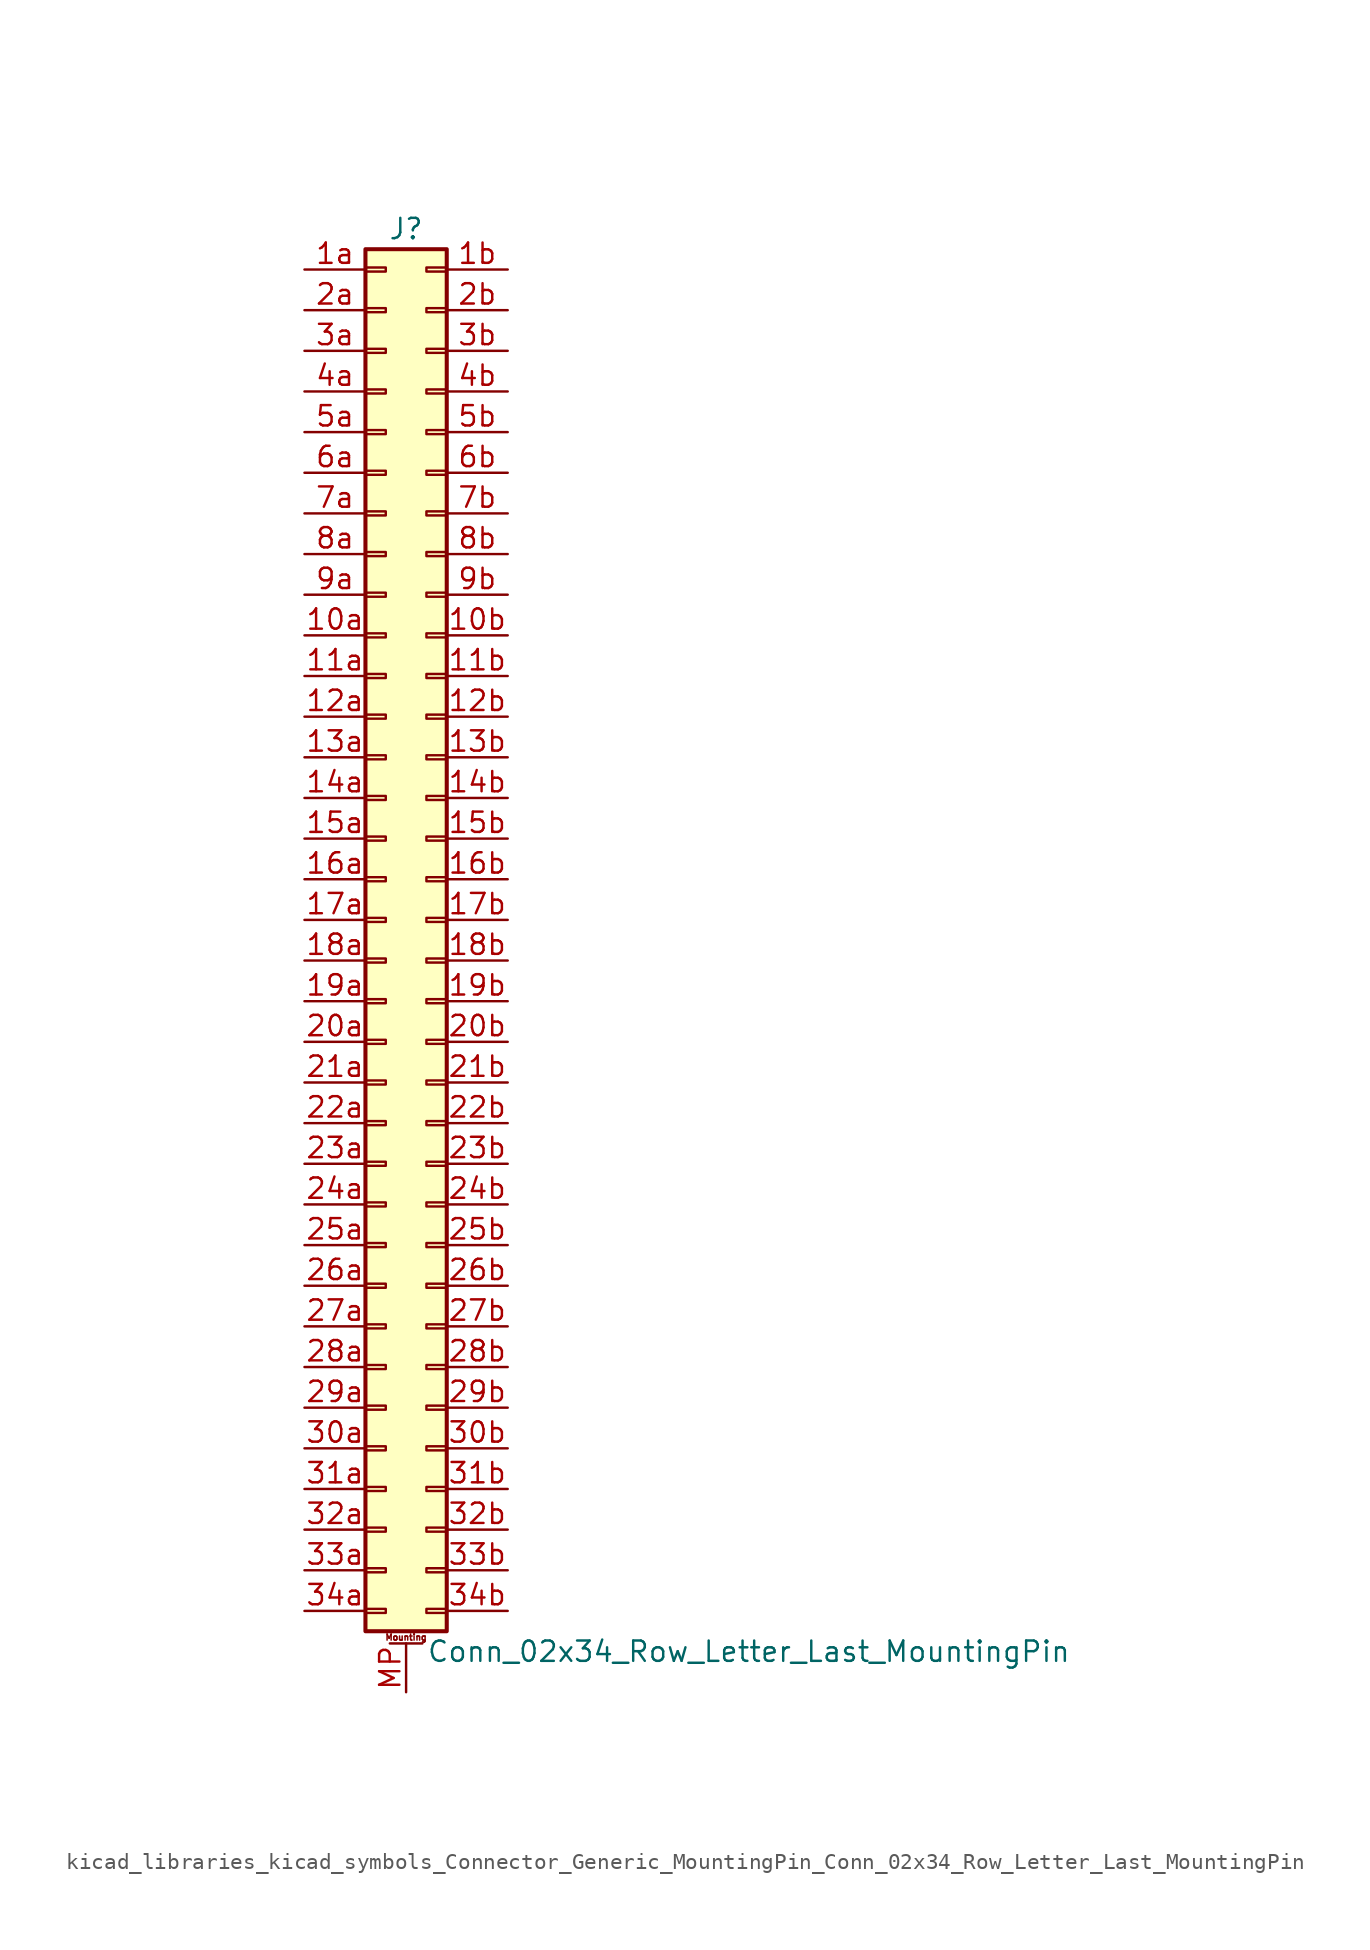
<source format=kicad_sym>
(kicad_symbol_lib
  (version 20220914)
  (generator kicad_symbol_editor)
  (symbol "kicad_libraries_kicad_symbols_Connector_Generic_MountingPin_Conn_02x34_Row_Letter_Last_MountingPin"
    (pin_names
      (offset 1.016) hide)
    (property "Reference" "J"
      (at 1.27 43.18 0)
      (effects (font (size 1.27 1.27))))
    (property "Value" "Conn_02x34_Row_Letter_Last_MountingPin"
      (at 2.54 -45.72 0)
      (effects (font (size 1.27 1.27)) (justify left)))
    (symbol "kicad_libraries_kicad_symbols_Connector_Generic_MountingPin_Conn_02x34_Row_Letter_Last_MountingPin_1_1"
      (rectangle (start -1.27 -43.053) (end 0 -43.307) (stroke (width 0.152) (type default)) (fill (type none)))
      (rectangle (start -1.27 -40.513) (end 0 -40.767) (stroke (width 0.152) (type default)) (fill (type none)))
      (rectangle (start -1.27 -37.973) (end 0 -38.227) (stroke (width 0.152) (type default)) (fill (type none)))
      (rectangle (start -1.27 -35.433) (end 0 -35.687) (stroke (width 0.152) (type default)) (fill (type none)))
      (rectangle (start -1.27 -32.893) (end 0 -33.147) (stroke (width 0.152) (type default)) (fill (type none)))
      (rectangle (start -1.27 -30.353) (end 0 -30.607) (stroke (width 0.152) (type default)) (fill (type none)))
      (rectangle (start -1.27 -27.813) (end 0 -28.067) (stroke (width 0.152) (type default)) (fill (type none)))
      (rectangle (start -1.27 -25.273) (end 0 -25.527) (stroke (width 0.152) (type default)) (fill (type none)))
      (rectangle (start -1.27 -22.733) (end 0 -22.987) (stroke (width 0.152) (type default)) (fill (type none)))
      (rectangle (start -1.27 -20.193) (end 0 -20.447) (stroke (width 0.152) (type default)) (fill (type none)))
      (rectangle (start -1.27 -17.653) (end 0 -17.907) (stroke (width 0.152) (type default)) (fill (type none)))
      (rectangle (start -1.27 -15.113) (end 0 -15.367) (stroke (width 0.152) (type default)) (fill (type none)))
      (rectangle (start -1.27 -12.573) (end 0 -12.827) (stroke (width 0.152) (type default)) (fill (type none)))
      (rectangle (start -1.27 -10.033) (end 0 -10.287) (stroke (width 0.152) (type default)) (fill (type none)))
      (rectangle (start -1.27 -7.493) (end 0 -7.747) (stroke (width 0.152) (type default)) (fill (type none)))
      (rectangle (start -1.27 -4.953) (end 0 -5.207) (stroke (width 0.152) (type default)) (fill (type none)))
      (rectangle (start -1.27 -2.413) (end 0 -2.667) (stroke (width 0.152) (type default)) (fill (type none)))
      (rectangle (start -1.27 0.127) (end 0 -0.127) (stroke (width 0.152) (type default)) (fill (type none)))
      (rectangle (start -1.27 2.667) (end 0 2.413) (stroke (width 0.152) (type default)) (fill (type none)))
      (rectangle (start -1.27 5.207) (end 0 4.953) (stroke (width 0.152) (type default)) (fill (type none)))
      (rectangle (start -1.27 7.747) (end 0 7.493) (stroke (width 0.152) (type default)) (fill (type none)))
      (rectangle (start -1.27 10.287) (end 0 10.033) (stroke (width 0.152) (type default)) (fill (type none)))
      (rectangle (start -1.27 12.827) (end 0 12.573) (stroke (width 0.152) (type default)) (fill (type none)))
      (rectangle (start -1.27 15.367) (end 0 15.113) (stroke (width 0.152) (type default)) (fill (type none)))
      (rectangle (start -1.27 17.907) (end 0 17.653) (stroke (width 0.152) (type default)) (fill (type none)))
      (rectangle (start -1.27 20.447) (end 0 20.193) (stroke (width 0.152) (type default)) (fill (type none)))
      (rectangle (start -1.27 22.987) (end 0 22.733) (stroke (width 0.152) (type default)) (fill (type none)))
      (rectangle (start -1.27 25.527) (end 0 25.273) (stroke (width 0.152) (type default)) (fill (type none)))
      (rectangle (start -1.27 28.067) (end 0 27.813) (stroke (width 0.152) (type default)) (fill (type none)))
      (rectangle (start -1.27 30.607) (end 0 30.353) (stroke (width 0.152) (type default)) (fill (type none)))
      (rectangle (start -1.27 33.147) (end 0 32.893) (stroke (width 0.152) (type default)) (fill (type none)))
      (rectangle (start -1.27 35.687) (end 0 35.433) (stroke (width 0.152) (type default)) (fill (type none)))
      (rectangle (start -1.27 38.227) (end 0 37.973) (stroke (width 0.152) (type default)) (fill (type none)))
      (rectangle (start -1.27 40.767) (end 0 40.513) (stroke (width 0.152) (type default)) (fill (type none)))
      (rectangle (start -1.27 41.91) (end 3.81 -44.45) (stroke (width 0.254) (type default)) (fill (type background)))
      (polyline (pts (xy 0.254 -45.212) (xy 2.286 -45.212)) (stroke (width 0.152) (type default)) (fill (type none)))
      (rectangle (start 3.81 -43.053) (end 2.54 -43.307) (stroke (width 0.152) (type default)) (fill (type none)))
      (rectangle (start 3.81 -40.513) (end 2.54 -40.767) (stroke (width 0.152) (type default)) (fill (type none)))
      (rectangle (start 3.81 -37.973) (end 2.54 -38.227) (stroke (width 0.152) (type default)) (fill (type none)))
      (rectangle (start 3.81 -35.433) (end 2.54 -35.687) (stroke (width 0.152) (type default)) (fill (type none)))
      (rectangle (start 3.81 -32.893) (end 2.54 -33.147) (stroke (width 0.152) (type default)) (fill (type none)))
      (rectangle (start 3.81 -30.353) (end 2.54 -30.607) (stroke (width 0.152) (type default)) (fill (type none)))
      (rectangle (start 3.81 -27.813) (end 2.54 -28.067) (stroke (width 0.152) (type default)) (fill (type none)))
      (rectangle (start 3.81 -25.273) (end 2.54 -25.527) (stroke (width 0.152) (type default)) (fill (type none)))
      (rectangle (start 3.81 -22.733) (end 2.54 -22.987) (stroke (width 0.152) (type default)) (fill (type none)))
      (rectangle (start 3.81 -20.193) (end 2.54 -20.447) (stroke (width 0.152) (type default)) (fill (type none)))
      (rectangle (start 3.81 -17.653) (end 2.54 -17.907) (stroke (width 0.152) (type default)) (fill (type none)))
      (rectangle (start 3.81 -15.113) (end 2.54 -15.367) (stroke (width 0.152) (type default)) (fill (type none)))
      (rectangle (start 3.81 -12.573) (end 2.54 -12.827) (stroke (width 0.152) (type default)) (fill (type none)))
      (rectangle (start 3.81 -10.033) (end 2.54 -10.287) (stroke (width 0.152) (type default)) (fill (type none)))
      (rectangle (start 3.81 -7.493) (end 2.54 -7.747) (stroke (width 0.152) (type default)) (fill (type none)))
      (rectangle (start 3.81 -4.953) (end 2.54 -5.207) (stroke (width 0.152) (type default)) (fill (type none)))
      (rectangle (start 3.81 -2.413) (end 2.54 -2.667) (stroke (width 0.152) (type default)) (fill (type none)))
      (rectangle (start 3.81 0.127) (end 2.54 -0.127) (stroke (width 0.152) (type default)) (fill (type none)))
      (rectangle (start 3.81 2.667) (end 2.54 2.413) (stroke (width 0.152) (type default)) (fill (type none)))
      (rectangle (start 3.81 5.207) (end 2.54 4.953) (stroke (width 0.152) (type default)) (fill (type none)))
      (rectangle (start 3.81 7.747) (end 2.54 7.493) (stroke (width 0.152) (type default)) (fill (type none)))
      (rectangle (start 3.81 10.287) (end 2.54 10.033) (stroke (width 0.152) (type default)) (fill (type none)))
      (rectangle (start 3.81 12.827) (end 2.54 12.573) (stroke (width 0.152) (type default)) (fill (type none)))
      (rectangle (start 3.81 15.367) (end 2.54 15.113) (stroke (width 0.152) (type default)) (fill (type none)))
      (rectangle (start 3.81 17.907) (end 2.54 17.653) (stroke (width 0.152) (type default)) (fill (type none)))
      (rectangle (start 3.81 20.447) (end 2.54 20.193) (stroke (width 0.152) (type default)) (fill (type none)))
      (rectangle (start 3.81 22.987) (end 2.54 22.733) (stroke (width 0.152) (type default)) (fill (type none)))
      (rectangle (start 3.81 25.527) (end 2.54 25.273) (stroke (width 0.152) (type default)) (fill (type none)))
      (rectangle (start 3.81 28.067) (end 2.54 27.813) (stroke (width 0.152) (type default)) (fill (type none)))
      (rectangle (start 3.81 30.607) (end 2.54 30.353) (stroke (width 0.152) (type default)) (fill (type none)))
      (rectangle (start 3.81 33.147) (end 2.54 32.893) (stroke (width 0.152) (type default)) (fill (type none)))
      (rectangle (start 3.81 35.687) (end 2.54 35.433) (stroke (width 0.152) (type default)) (fill (type none)))
      (rectangle (start 3.81 38.227) (end 2.54 37.973) (stroke (width 0.152) (type default)) (fill (type none)))
      (rectangle (start 3.81 40.767) (end 2.54 40.513) (stroke (width 0.152) (type default)) (fill (type none)))
      (text "Mounting" (at 1.27 -44.831 0) (effects (font (size 0.381 0.381))))
      (pin passive line (at -5.08 17.78 0) (length 3.81) (name "Pin_10a" (effects (font (size 1.27 1.27)))) (number "10a" (effects (font (size 1.27 1.27)))))
      (pin passive line (at 7.62 17.78 180) (length 3.81) (name "Pin_10b" (effects (font (size 1.27 1.27)))) (number "10b" (effects (font (size 1.27 1.27)))))
      (pin passive line (at -5.08 15.24 0) (length 3.81) (name "Pin_11a" (effects (font (size 1.27 1.27)))) (number "11a" (effects (font (size 1.27 1.27)))))
      (pin passive line (at 7.62 15.24 180) (length 3.81) (name "Pin_11b" (effects (font (size 1.27 1.27)))) (number "11b" (effects (font (size 1.27 1.27)))))
      (pin passive line (at -5.08 12.7 0) (length 3.81) (name "Pin_12a" (effects (font (size 1.27 1.27)))) (number "12a" (effects (font (size 1.27 1.27)))))
      (pin passive line (at 7.62 12.7 180) (length 3.81) (name "Pin_12b" (effects (font (size 1.27 1.27)))) (number "12b" (effects (font (size 1.27 1.27)))))
      (pin passive line (at -5.08 10.16 0) (length 3.81) (name "Pin_13a" (effects (font (size 1.27 1.27)))) (number "13a" (effects (font (size 1.27 1.27)))))
      (pin passive line (at 7.62 10.16 180) (length 3.81) (name "Pin_13b" (effects (font (size 1.27 1.27)))) (number "13b" (effects (font (size 1.27 1.27)))))
      (pin passive line (at -5.08 7.62 0) (length 3.81) (name "Pin_14a" (effects (font (size 1.27 1.27)))) (number "14a" (effects (font (size 1.27 1.27)))))
      (pin passive line (at 7.62 7.62 180) (length 3.81) (name "Pin_14b" (effects (font (size 1.27 1.27)))) (number "14b" (effects (font (size 1.27 1.27)))))
      (pin passive line (at -5.08 5.08 0) (length 3.81) (name "Pin_15a" (effects (font (size 1.27 1.27)))) (number "15a" (effects (font (size 1.27 1.27)))))
      (pin passive line (at 7.62 5.08 180) (length 3.81) (name "Pin_15b" (effects (font (size 1.27 1.27)))) (number "15b" (effects (font (size 1.27 1.27)))))
      (pin passive line (at -5.08 2.54 0) (length 3.81) (name "Pin_16a" (effects (font (size 1.27 1.27)))) (number "16a" (effects (font (size 1.27 1.27)))))
      (pin passive line (at 7.62 2.54 180) (length 3.81) (name "Pin_16b" (effects (font (size 1.27 1.27)))) (number "16b" (effects (font (size 1.27 1.27)))))
      (pin passive line (at -5.08 0 0) (length 3.81) (name "Pin_17a" (effects (font (size 1.27 1.27)))) (number "17a" (effects (font (size 1.27 1.27)))))
      (pin passive line (at 7.62 0 180) (length 3.81) (name "Pin_17b" (effects (font (size 1.27 1.27)))) (number "17b" (effects (font (size 1.27 1.27)))))
      (pin passive line (at -5.08 -2.54 0) (length 3.81) (name "Pin_18a" (effects (font (size 1.27 1.27)))) (number "18a" (effects (font (size 1.27 1.27)))))
      (pin passive line (at 7.62 -2.54 180) (length 3.81) (name "Pin_18b" (effects (font (size 1.27 1.27)))) (number "18b" (effects (font (size 1.27 1.27)))))
      (pin passive line (at -5.08 -5.08 0) (length 3.81) (name "Pin_19a" (effects (font (size 1.27 1.27)))) (number "19a" (effects (font (size 1.27 1.27)))))
      (pin passive line (at 7.62 -5.08 180) (length 3.81) (name "Pin_19b" (effects (font (size 1.27 1.27)))) (number "19b" (effects (font (size 1.27 1.27)))))
      (pin passive line (at -5.08 40.64 0) (length 3.81) (name "Pin_1a" (effects (font (size 1.27 1.27)))) (number "1a" (effects (font (size 1.27 1.27)))))
      (pin passive line (at 7.62 40.64 180) (length 3.81) (name "Pin_1b" (effects (font (size 1.27 1.27)))) (number "1b" (effects (font (size 1.27 1.27)))))
      (pin passive line (at -5.08 -7.62 0) (length 3.81) (name "Pin_20a" (effects (font (size 1.27 1.27)))) (number "20a" (effects (font (size 1.27 1.27)))))
      (pin passive line (at 7.62 -7.62 180) (length 3.81) (name "Pin_20b" (effects (font (size 1.27 1.27)))) (number "20b" (effects (font (size 1.27 1.27)))))
      (pin passive line (at -5.08 -10.16 0) (length 3.81) (name "Pin_21a" (effects (font (size 1.27 1.27)))) (number "21a" (effects (font (size 1.27 1.27)))))
      (pin passive line (at 7.62 -10.16 180) (length 3.81) (name "Pin_21b" (effects (font (size 1.27 1.27)))) (number "21b" (effects (font (size 1.27 1.27)))))
      (pin passive line (at -5.08 -12.7 0) (length 3.81) (name "Pin_22a" (effects (font (size 1.27 1.27)))) (number "22a" (effects (font (size 1.27 1.27)))))
      (pin passive line (at 7.62 -12.7 180) (length 3.81) (name "Pin_22b" (effects (font (size 1.27 1.27)))) (number "22b" (effects (font (size 1.27 1.27)))))
      (pin passive line (at -5.08 -15.24 0) (length 3.81) (name "Pin_23a" (effects (font (size 1.27 1.27)))) (number "23a" (effects (font (size 1.27 1.27)))))
      (pin passive line (at 7.62 -15.24 180) (length 3.81) (name "Pin_23b" (effects (font (size 1.27 1.27)))) (number "23b" (effects (font (size 1.27 1.27)))))
      (pin passive line (at -5.08 -17.78 0) (length 3.81) (name "Pin_24a" (effects (font (size 1.27 1.27)))) (number "24a" (effects (font (size 1.27 1.27)))))
      (pin passive line (at 7.62 -17.78 180) (length 3.81) (name "Pin_24b" (effects (font (size 1.27 1.27)))) (number "24b" (effects (font (size 1.27 1.27)))))
      (pin passive line (at -5.08 -20.32 0) (length 3.81) (name "Pin_25a" (effects (font (size 1.27 1.27)))) (number "25a" (effects (font (size 1.27 1.27)))))
      (pin passive line (at 7.62 -20.32 180) (length 3.81) (name "Pin_25b" (effects (font (size 1.27 1.27)))) (number "25b" (effects (font (size 1.27 1.27)))))
      (pin passive line (at -5.08 -22.86 0) (length 3.81) (name "Pin_26a" (effects (font (size 1.27 1.27)))) (number "26a" (effects (font (size 1.27 1.27)))))
      (pin passive line (at 7.62 -22.86 180) (length 3.81) (name "Pin_26b" (effects (font (size 1.27 1.27)))) (number "26b" (effects (font (size 1.27 1.27)))))
      (pin passive line (at -5.08 -25.4 0) (length 3.81) (name "Pin_27a" (effects (font (size 1.27 1.27)))) (number "27a" (effects (font (size 1.27 1.27)))))
      (pin passive line (at 7.62 -25.4 180) (length 3.81) (name "Pin_27b" (effects (font (size 1.27 1.27)))) (number "27b" (effects (font (size 1.27 1.27)))))
      (pin passive line (at -5.08 -27.94 0) (length 3.81) (name "Pin_28a" (effects (font (size 1.27 1.27)))) (number "28a" (effects (font (size 1.27 1.27)))))
      (pin passive line (at 7.62 -27.94 180) (length 3.81) (name "Pin_28b" (effects (font (size 1.27 1.27)))) (number "28b" (effects (font (size 1.27 1.27)))))
      (pin passive line (at -5.08 -30.48 0) (length 3.81) (name "Pin_29a" (effects (font (size 1.27 1.27)))) (number "29a" (effects (font (size 1.27 1.27)))))
      (pin passive line (at 7.62 -30.48 180) (length 3.81) (name "Pin_29b" (effects (font (size 1.27 1.27)))) (number "29b" (effects (font (size 1.27 1.27)))))
      (pin passive line (at -5.08 38.1 0) (length 3.81) (name "Pin_2a" (effects (font (size 1.27 1.27)))) (number "2a" (effects (font (size 1.27 1.27)))))
      (pin passive line (at 7.62 38.1 180) (length 3.81) (name "Pin_2b" (effects (font (size 1.27 1.27)))) (number "2b" (effects (font (size 1.27 1.27)))))
      (pin passive line (at -5.08 -33.02 0) (length 3.81) (name "Pin_30a" (effects (font (size 1.27 1.27)))) (number "30a" (effects (font (size 1.27 1.27)))))
      (pin passive line (at 7.62 -33.02 180) (length 3.81) (name "Pin_30b" (effects (font (size 1.27 1.27)))) (number "30b" (effects (font (size 1.27 1.27)))))
      (pin passive line (at -5.08 -35.56 0) (length 3.81) (name "Pin_31a" (effects (font (size 1.27 1.27)))) (number "31a" (effects (font (size 1.27 1.27)))))
      (pin passive line (at 7.62 -35.56 180) (length 3.81) (name "Pin_31b" (effects (font (size 1.27 1.27)))) (number "31b" (effects (font (size 1.27 1.27)))))
      (pin passive line (at -5.08 -38.1 0) (length 3.81) (name "Pin_32a" (effects (font (size 1.27 1.27)))) (number "32a" (effects (font (size 1.27 1.27)))))
      (pin passive line (at 7.62 -38.1 180) (length 3.81) (name "Pin_32b" (effects (font (size 1.27 1.27)))) (number "32b" (effects (font (size 1.27 1.27)))))
      (pin passive line (at -5.08 -40.64 0) (length 3.81) (name "Pin_33a" (effects (font (size 1.27 1.27)))) (number "33a" (effects (font (size 1.27 1.27)))))
      (pin passive line (at 7.62 -40.64 180) (length 3.81) (name "Pin_33b" (effects (font (size 1.27 1.27)))) (number "33b" (effects (font (size 1.27 1.27)))))
      (pin passive line (at -5.08 -43.18 0) (length 3.81) (name "Pin_34a" (effects (font (size 1.27 1.27)))) (number "34a" (effects (font (size 1.27 1.27)))))
      (pin passive line (at 7.62 -43.18 180) (length 3.81) (name "Pin_34b" (effects (font (size 1.27 1.27)))) (number "34b" (effects (font (size 1.27 1.27)))))
      (pin passive line (at -5.08 35.56 0) (length 3.81) (name "Pin_3a" (effects (font (size 1.27 1.27)))) (number "3a" (effects (font (size 1.27 1.27)))))
      (pin passive line (at 7.62 35.56 180) (length 3.81) (name "Pin_3b" (effects (font (size 1.27 1.27)))) (number "3b" (effects (font (size 1.27 1.27)))))
      (pin passive line (at -5.08 33.02 0) (length 3.81) (name "Pin_4a" (effects (font (size 1.27 1.27)))) (number "4a" (effects (font (size 1.27 1.27)))))
      (pin passive line (at 7.62 33.02 180) (length 3.81) (name "Pin_4b" (effects (font (size 1.27 1.27)))) (number "4b" (effects (font (size 1.27 1.27)))))
      (pin passive line (at -5.08 30.48 0) (length 3.81) (name "Pin_5a" (effects (font (size 1.27 1.27)))) (number "5a" (effects (font (size 1.27 1.27)))))
      (pin passive line (at 7.62 30.48 180) (length 3.81) (name "Pin_5b" (effects (font (size 1.27 1.27)))) (number "5b" (effects (font (size 1.27 1.27)))))
      (pin passive line (at -5.08 27.94 0) (length 3.81) (name "Pin_6a" (effects (font (size 1.27 1.27)))) (number "6a" (effects (font (size 1.27 1.27)))))
      (pin passive line (at 7.62 27.94 180) (length 3.81) (name "Pin_6b" (effects (font (size 1.27 1.27)))) (number "6b" (effects (font (size 1.27 1.27)))))
      (pin passive line (at -5.08 25.4 0) (length 3.81) (name "Pin_7a" (effects (font (size 1.27 1.27)))) (number "7a" (effects (font (size 1.27 1.27)))))
      (pin passive line (at 7.62 25.4 180) (length 3.81) (name "Pin_7b" (effects (font (size 1.27 1.27)))) (number "7b" (effects (font (size 1.27 1.27)))))
      (pin passive line (at -5.08 22.86 0) (length 3.81) (name "Pin_8a" (effects (font (size 1.27 1.27)))) (number "8a" (effects (font (size 1.27 1.27)))))
      (pin passive line (at 7.62 22.86 180) (length 3.81) (name "Pin_8b" (effects (font (size 1.27 1.27)))) (number "8b" (effects (font (size 1.27 1.27)))))
      (pin passive line (at -5.08 20.32 0) (length 3.81) (name "Pin_9a" (effects (font (size 1.27 1.27)))) (number "9a" (effects (font (size 1.27 1.27)))))
      (pin passive line (at 7.62 20.32 180) (length 3.81) (name "Pin_9b" (effects (font (size 1.27 1.27)))) (number "9b" (effects (font (size 1.27 1.27)))))
      (pin passive line (at 1.27 -48.26 90) (length 3.048) (name "MountPin" (effects (font (size 1.27 1.27)))) (number "MP" (effects (font (size 1.27 1.27))))))))
</source>
